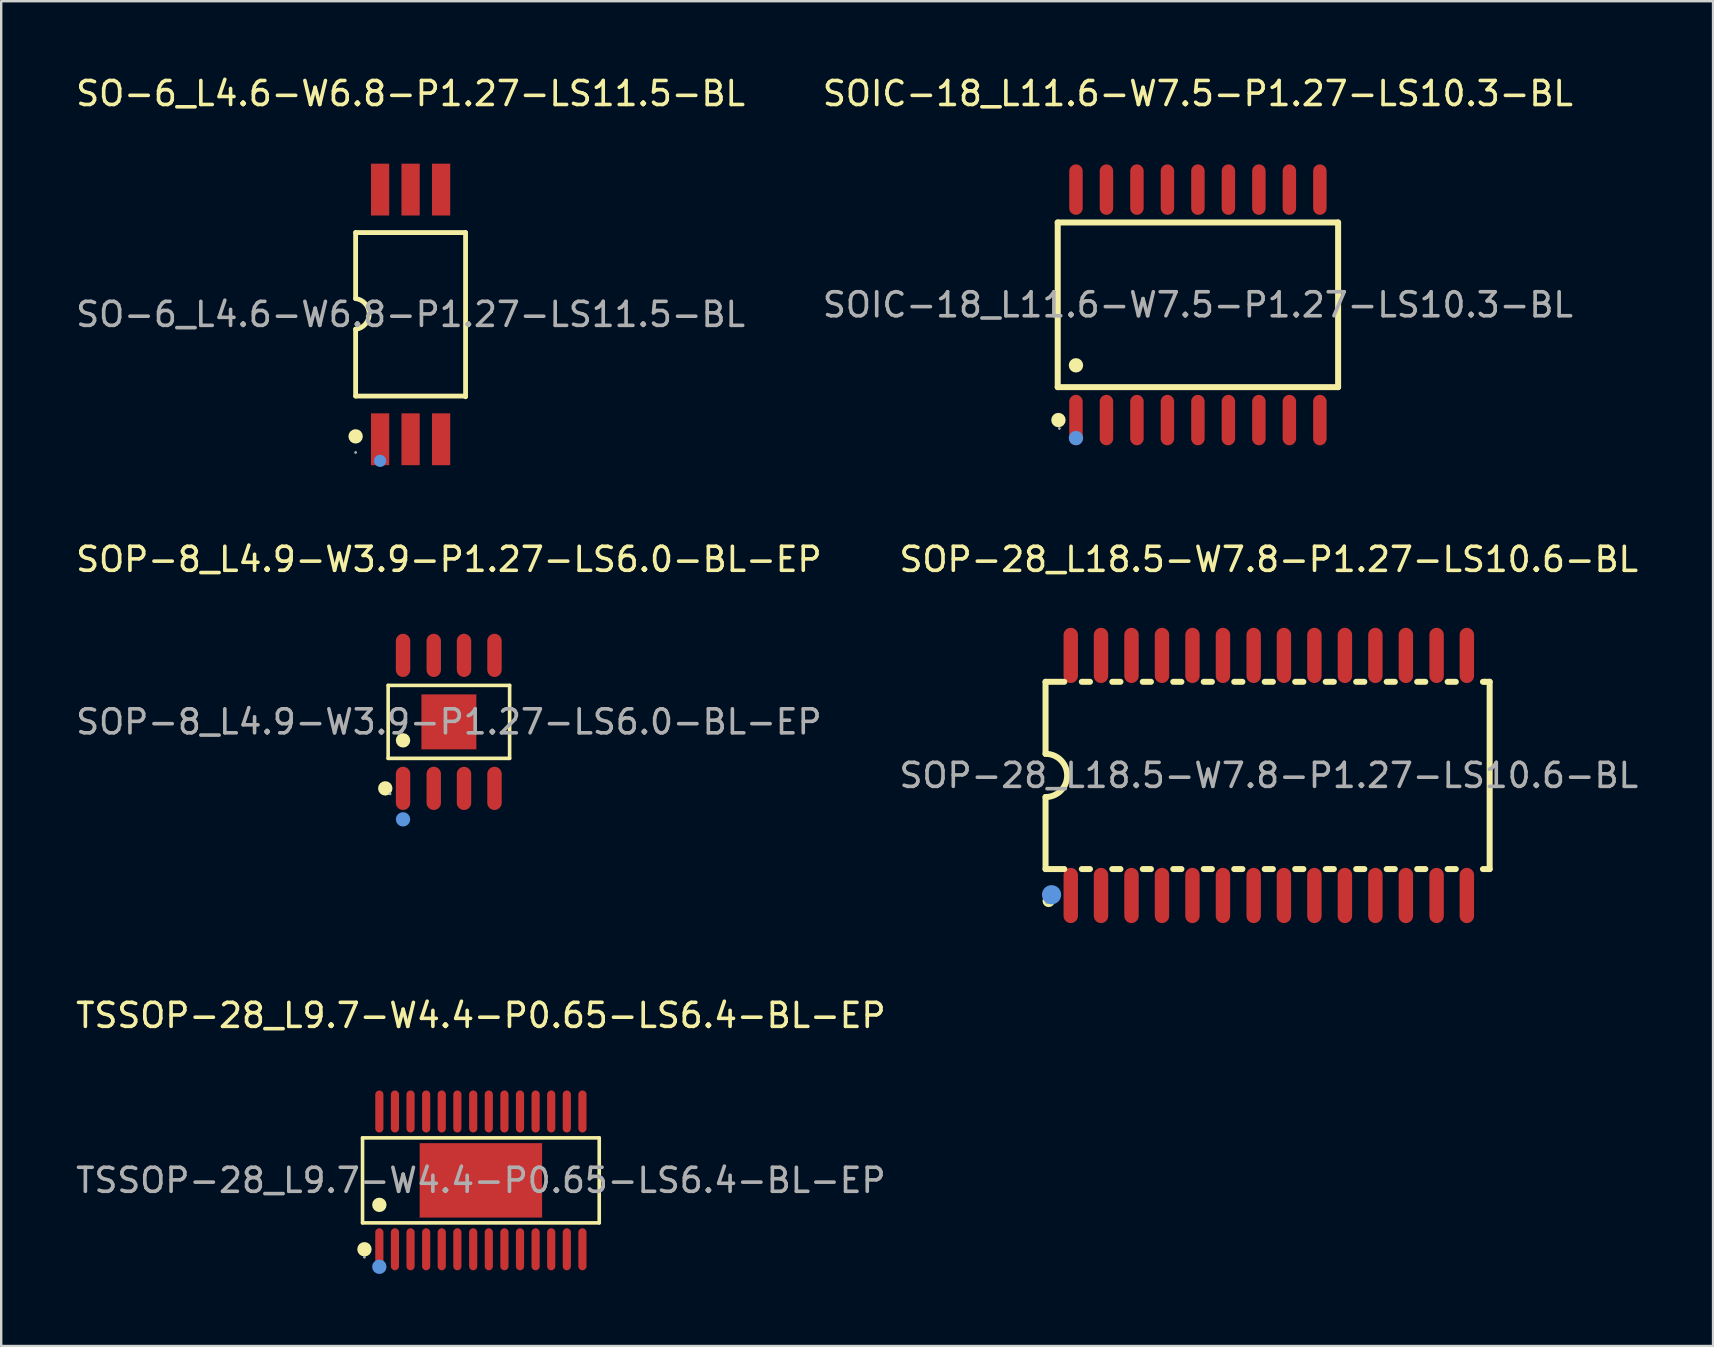
<source format=kicad_pcb>
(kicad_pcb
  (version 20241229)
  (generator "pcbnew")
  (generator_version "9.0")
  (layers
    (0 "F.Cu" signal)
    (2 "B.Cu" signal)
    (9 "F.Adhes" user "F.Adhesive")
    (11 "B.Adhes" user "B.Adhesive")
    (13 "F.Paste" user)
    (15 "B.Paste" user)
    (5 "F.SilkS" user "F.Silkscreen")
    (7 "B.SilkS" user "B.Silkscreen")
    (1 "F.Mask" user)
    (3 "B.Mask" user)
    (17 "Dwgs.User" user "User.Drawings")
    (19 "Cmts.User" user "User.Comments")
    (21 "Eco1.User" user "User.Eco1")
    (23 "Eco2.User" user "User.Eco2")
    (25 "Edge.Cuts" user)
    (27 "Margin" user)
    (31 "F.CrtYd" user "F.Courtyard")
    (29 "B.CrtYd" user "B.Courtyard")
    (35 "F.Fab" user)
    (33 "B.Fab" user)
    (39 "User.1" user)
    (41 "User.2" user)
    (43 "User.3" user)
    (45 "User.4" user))
  (footprint "SOIC-18_L11.6-W7.5-P1.27-LS10.3-BL"
    (layer "F.Cu")
    (at 46.851 9.648)
    (property "Reference" "SOIC-18_L11.6-W7.5-P1.27-LS10.3-BL" (at 0 -8.8 0) (layer "F.SilkS") (effects (font (size 1 1) (thickness 0.15))))
    (attr through_hole)
    (fp_line (start -5.84 -3.43) (end -5.84 3.43) (stroke (width 0.25) (type solid)) (layer "F.SilkS"))
    (fp_line (start -5.84 3.43) (end 5.84 3.43) (stroke (width 0.25) (type solid)) (layer "F.SilkS"))
    (fp_line (start 5.84 -3.43) (end -5.84 -3.43) (stroke (width 0.25) (type solid)) (layer "F.SilkS"))
    (fp_line (start 5.84 3.43) (end 5.84 -3.43) (stroke (width 0.25) (type solid)) (layer "F.SilkS"))
    (fp_circle (center -5.81 4.8) (end -5.66 4.8) (stroke (width 0.3) (type solid)) (fill no) (layer "F.SilkS"))
    (fp_circle (center -5.08 2.52) (end -4.93 2.52) (stroke (width 0.3) (type solid)) (fill no) (layer "F.SilkS"))
    (fp_circle (center -5.08 5.55) (end -4.93 5.55) (stroke (width 0.3) (type solid)) (fill no) (layer "Cmts.User"))
    (fp_circle (center -5.77 5.15) (end -5.74 5.15) (stroke (width 0.06) (type solid)) (fill no) (layer "F.Fab"))
    (fp_text user "${REFERENCE}" (at 0 0 0) (layer "F.Fab") (effects (font (size 1 1) (thickness 0.15))))
    (pad "1" smd oval (at -5.08 4.8) (size 0.56 2.1) (layers "F.Cu" "F.Mask" "F.Paste"))
    (pad "2" smd oval (at -3.81 4.8) (size 0.56 2.1) (layers "F.Cu" "F.Mask" "F.Paste"))
    (pad "3" smd oval (at -2.54 4.8) (size 0.56 2.1) (layers "F.Cu" "F.Mask" "F.Paste"))
    (pad "4" smd oval (at -1.27 4.8) (size 0.56 2.1) (layers "F.Cu" "F.Mask" "F.Paste"))
    (pad "5" smd oval (at 0 4.8) (size 0.56 2.1) (layers "F.Cu" "F.Mask" "F.Paste"))
    (pad "6" smd oval (at 1.27 4.8) (size 0.56 2.1) (layers "F.Cu" "F.Mask" "F.Paste"))
    (pad "7" smd oval (at 2.54 4.8) (size 0.56 2.1) (layers "F.Cu" "F.Mask" "F.Paste"))
    (pad "8" smd oval (at 3.81 4.8) (size 0.56 2.1) (layers "F.Cu" "F.Mask" "F.Paste"))
    (pad "9" smd oval (at 5.08 4.8) (size 0.56 2.1) (layers "F.Cu" "F.Mask" "F.Paste"))
    (pad "10" smd oval (at 5.08 -4.8) (size 0.56 2.1) (layers "F.Cu" "F.Mask" "F.Paste"))
    (pad "11" smd oval (at 3.81 -4.8) (size 0.56 2.1) (layers "F.Cu" "F.Mask" "F.Paste"))
    (pad "12" smd oval (at 2.54 -4.8) (size 0.56 2.1) (layers "F.Cu" "F.Mask" "F.Paste"))
    (pad "13" smd oval (at 1.27 -4.8) (size 0.56 2.1) (layers "F.Cu" "F.Mask" "F.Paste"))
    (pad "14" smd oval (at 0 -4.8) (size 0.56 2.1) (layers "F.Cu" "F.Mask" "F.Paste"))
    (pad "15" smd oval (at -1.27 -4.8) (size 0.56 2.1) (layers "F.Cu" "F.Mask" "F.Paste"))
    (pad "16" smd oval (at -2.54 -4.8) (size 0.56 2.1) (layers "F.Cu" "F.Mask" "F.Paste"))
    (pad "17" smd oval (at -3.81 -4.8) (size 0.56 2.1) (layers "F.Cu" "F.Mask" "F.Paste"))
    (pad "18" smd oval (at -5.08 -4.8) (size 0.56 2.1) (layers "F.Cu" "F.Mask" "F.Paste")))
  (footprint "SOP-8_L4.9-W3.9-P1.27-LS6.0-BL-EP"
    (layer "F.Cu")
    (at 15.649 27.021)
    (property "Reference" "SOP-8_L4.9-W3.9-P1.27-LS6.0-BL-EP" (at 0 -6.77 0) (layer "F.SilkS") (effects (font (size 1 1) (thickness 0.15))))
    (attr through_hole)
    (fp_line (start -2.53 -1.52) (end 2.53 -1.52) (stroke (width 0.15) (type solid)) (layer "F.SilkS"))
    (fp_line (start -2.53 1.52) (end -2.53 -1.52) (stroke (width 0.15) (type solid)) (layer "F.SilkS"))
    (fp_line (start 2.53 -1.52) (end 2.53 1.52) (stroke (width 0.15) (type solid)) (layer "F.SilkS"))
    (fp_line (start 2.53 1.52) (end -2.53 1.52) (stroke (width 0.15) (type solid)) (layer "F.SilkS"))
    (fp_circle (center -2.65 2.77) (end -2.5 2.77) (stroke (width 0.3) (type solid)) (fill no) (layer "F.SilkS"))
    (fp_circle (center -1.91 0.77) (end -1.76 0.77) (stroke (width 0.3) (type solid)) (fill no) (layer "F.SilkS"))
    (fp_circle (center -1.91 4.06) (end -1.76 4.06) (stroke (width 0.3) (type solid)) (fill no) (layer "Cmts.User"))
    (fp_circle (center -2.45 3) (end -2.42 3) (stroke (width 0.06) (type solid)) (fill no) (layer "F.Fab"))
    (fp_text user "${REFERENCE}" (at 0 0 0) (layer "F.Fab") (effects (font (size 1 1) (thickness 0.15))))
    (pad "1" smd oval (at -1.91 2.77) (size 0.6 1.8) (layers "F.Cu" "F.Mask" "F.Paste"))
    (pad "2" smd oval (at -0.63 2.77) (size 0.6 1.8) (layers "F.Cu" "F.Mask" "F.Paste"))
    (pad "3" smd oval (at 0.63 2.77) (size 0.6 1.8) (layers "F.Cu" "F.Mask" "F.Paste"))
    (pad "4" smd oval (at 1.9 2.77) (size 0.6 1.8) (layers "F.Cu" "F.Mask" "F.Paste"))
    (pad "5" smd oval (at 1.9 -2.77) (size 0.6 1.8) (layers "F.Cu" "F.Mask" "F.Paste"))
    (pad "6" smd oval (at 0.63 -2.77) (size 0.6 1.8) (layers "F.Cu" "F.Mask" "F.Paste"))
    (pad "7" smd oval (at -0.63 -2.77) (size 0.6 1.8) (layers "F.Cu" "F.Mask" "F.Paste"))
    (pad "8" smd oval (at -1.91 -2.77) (size 0.6 1.8) (layers "F.Cu" "F.Mask" "F.Paste"))
    (pad "9" smd rect (at 0 0) (size 2.29 2.29) (layers "F.Cu" "F.Mask" "F.Paste")))
  (footprint "SO-6_L4.6-W6.8-P1.27-LS11.5-BL"
    (layer "F.Cu")
    (at 14.054 10.048)
    (property "Reference" "SO-6_L4.6-W6.8-P1.27-LS11.5-BL" (at 0 -9.2 0) (layer "F.SilkS") (effects (font (size 1 1) (thickness 0.15))))
    (attr through_hole)
    (fp_line (start -2.29 -3.41) (end 2.29 -3.41) (stroke (width 0.2) (type solid)) (layer "F.SilkS"))
    (fp_line (start -2.29 -0.66) (end -2.29 -3.41) (stroke (width 0.2) (type solid)) (layer "F.SilkS"))
    (fp_line (start -2.29 0.61) (end -2.29 3.4) (stroke (width 0.2) (type solid)) (layer "F.SilkS"))
    (fp_line (start -2.29 3.4) (end 2.29 3.4) (stroke (width 0.2) (type solid)) (layer "F.SilkS"))
    (fp_line (start 2.29 -3.41) (end 2.29 3.43) (stroke (width 0.2) (type solid)) (layer "F.SilkS"))
    (fp_arc (start -2.29 -0.66) (mid -1.72502 -0.02045) (end -2.289107 0.619888) (stroke (width 0.2) (type solid)) (layer "F.SilkS"))
    (fp_circle (center -2.29 5.08) (end -2.14 5.08) (stroke (width 0.3) (type solid)) (fill no) (layer "F.SilkS"))
    (fp_circle (center -1.27 6.1) (end -1.14 6.1) (stroke (width 0.25) (type solid)) (fill no) (layer "Cmts.User"))
    (fp_circle (center -2.29 5.75) (end -2.26 5.75) (stroke (width 0.06) (type solid)) (fill no) (layer "F.Fab"))
    (fp_text user "${REFERENCE}" (at 0 0 0) (layer "F.Fab") (effects (font (size 1 1) (thickness 0.15))))
    (pad "1" smd rect (at -1.27 5.2 90) (size 2.16 0.76) (layers "F.Cu" "F.Mask" "F.Paste"))
    (pad "2" smd rect (at 0 5.2 90) (size 2.16 0.76) (layers "F.Cu" "F.Mask" "F.Paste"))
    (pad "3" smd rect (at 1.27 5.2 90) (size 2.16 0.76) (layers "F.Cu" "F.Mask" "F.Paste"))
    (pad "4" smd rect (at 1.27 -5.2 90) (size 2.16 0.76) (layers "F.Cu" "F.Mask" "F.Paste"))
    (pad "5" smd rect (at 0 -5.2 90) (size 2.16 0.76) (layers "F.Cu" "F.Mask" "F.Paste"))
    (pad "6" smd rect (at -1.27 -5.2 90) (size 2.16 0.76) (layers "F.Cu" "F.Mask" "F.Paste")))
  (footprint "TSSOP-28_L9.7-W4.4-P0.65-LS6.4-BL-EP"
    (layer "F.Cu")
    (at 16.982 46.12)
    (property "Reference" "TSSOP-28_L9.7-W4.4-P0.65-LS6.4-BL-EP" (at 0 -6.87 0) (layer "F.SilkS") (effects (font (size 1 1) (thickness 0.15))))
    (attr through_hole)
    (fp_line (start -4.93 -1.77) (end 4.93 -1.77) (stroke (width 0.15) (type solid)) (layer "F.SilkS"))
    (fp_line (start -4.93 1.77) (end -4.93 -1.77) (stroke (width 0.15) (type solid)) (layer "F.SilkS"))
    (fp_line (start 4.93 -1.77) (end 4.93 1.77) (stroke (width 0.15) (type solid)) (layer "F.SilkS"))
    (fp_line (start 4.93 1.77) (end -4.93 1.77) (stroke (width 0.15) (type solid)) (layer "F.SilkS"))
    (fp_circle (center -4.85 2.87) (end -4.7 2.87) (stroke (width 0.3) (type solid)) (fill no) (layer "F.SilkS"))
    (fp_circle (center -4.23 1.02) (end -4.08 1.02) (stroke (width 0.3) (type solid)) (fill no) (layer "F.SilkS"))
    (fp_circle (center -4.23 3.6) (end -4.08 3.6) (stroke (width 0.3) (type solid)) (fill no) (layer "Cmts.User"))
    (fp_circle (center -4.85 3.2) (end -4.82 3.2) (stroke (width 0.06) (type solid)) (fill no) (layer "F.Fab"))
    (fp_text user "${REFERENCE}" (at 0 0 0) (layer "F.Fab") (effects (font (size 1 1) (thickness 0.15))))
    (pad "1" smd oval (at -4.23 2.87) (size 0.34 1.75) (layers "F.Cu" "F.Mask" "F.Paste"))
    (pad "2" smd oval (at -3.58 2.87) (size 0.34 1.75) (layers "F.Cu" "F.Mask" "F.Paste"))
    (pad "3" smd oval (at -2.93 2.87) (size 0.34 1.75) (layers "F.Cu" "F.Mask" "F.Paste"))
    (pad "4" smd oval (at -2.28 2.87) (size 0.34 1.75) (layers "F.Cu" "F.Mask" "F.Paste"))
    (pad "5" smd oval (at -1.63 2.87) (size 0.34 1.75) (layers "F.Cu" "F.Mask" "F.Paste"))
    (pad "6" smd oval (at -0.98 2.87) (size 0.34 1.75) (layers "F.Cu" "F.Mask" "F.Paste"))
    (pad "7" smd oval (at -0.32 2.87) (size 0.34 1.75) (layers "F.Cu" "F.Mask" "F.Paste"))
    (pad "8" smd oval (at 0.33 2.87) (size 0.34 1.75) (layers "F.Cu" "F.Mask" "F.Paste"))
    (pad "9" smd oval (at 0.98 2.87) (size 0.34 1.75) (layers "F.Cu" "F.Mask" "F.Paste"))
    (pad "10" smd oval (at 1.63 2.87) (size 0.34 1.75) (layers "F.Cu" "F.Mask" "F.Paste"))
    (pad "11" smd oval (at 2.28 2.87) (size 0.34 1.75) (layers "F.Cu" "F.Mask" "F.Paste"))
    (pad "12" smd oval (at 2.93 2.87) (size 0.34 1.75) (layers "F.Cu" "F.Mask" "F.Paste"))
    (pad "13" smd oval (at 3.58 2.87) (size 0.34 1.75) (layers "F.Cu" "F.Mask" "F.Paste"))
    (pad "14" smd oval (at 4.23 2.87) (size 0.34 1.75) (layers "F.Cu" "F.Mask" "F.Paste"))
    (pad "15" smd oval (at 4.23 -2.87) (size 0.34 1.75) (layers "F.Cu" "F.Mask" "F.Paste"))
    (pad "16" smd oval (at 3.58 -2.87) (size 0.34 1.75) (layers "F.Cu" "F.Mask" "F.Paste"))
    (pad "17" smd oval (at 2.93 -2.87) (size 0.34 1.75) (layers "F.Cu" "F.Mask" "F.Paste"))
    (pad "18" smd oval (at 2.28 -2.87) (size 0.34 1.75) (layers "F.Cu" "F.Mask" "F.Paste"))
    (pad "19" smd oval (at 1.63 -2.87) (size 0.34 1.75) (layers "F.Cu" "F.Mask" "F.Paste"))
    (pad "20" smd oval (at 0.98 -2.87) (size 0.34 1.75) (layers "F.Cu" "F.Mask" "F.Paste"))
    (pad "21" smd oval (at 0.33 -2.87) (size 0.34 1.75) (layers "F.Cu" "F.Mask" "F.Paste"))
    (pad "22" smd oval (at -0.32 -2.87) (size 0.34 1.75) (layers "F.Cu" "F.Mask" "F.Paste"))
    (pad "23" smd oval (at -0.98 -2.87) (size 0.34 1.75) (layers "F.Cu" "F.Mask" "F.Paste"))
    (pad "24" smd oval (at -1.63 -2.87) (size 0.34 1.75) (layers "F.Cu" "F.Mask" "F.Paste"))
    (pad "25" smd oval (at -2.28 -2.87) (size 0.34 1.75) (layers "F.Cu" "F.Mask" "F.Paste"))
    (pad "26" smd oval (at -2.93 -2.87) (size 0.34 1.75) (layers "F.Cu" "F.Mask" "F.Paste"))
    (pad "27" smd oval (at -3.58 -2.87) (size 0.34 1.75) (layers "F.Cu" "F.Mask" "F.Paste"))
    (pad "28" smd oval (at -4.23 -2.87) (size 0.34 1.75) (layers "F.Cu" "F.Mask" "F.Paste"))
    (pad "29" smd rect (at 0 0) (size 5.1 3.1) (layers "F.Cu" "F.Mask" "F.Paste")))
  (footprint "SOP-28_L18.5-W7.8-P1.27-LS10.6-BL"
    (layer "F.Cu")
    (at 49.804 29.252)
    (property "Reference" "SOP-28_L18.5-W7.8-P1.27-LS10.6-BL" (at 0 -9 0) (layer "F.SilkS") (effects (font (size 1 1) (thickness 0.15))))
    (attr through_hole)
    (fp_line (start -9.3 -3.9) (end -9.3 -0.9) (stroke (width 0.25) (type solid)) (layer "F.SilkS"))
    (fp_line (start -9.3 -3.9) (end -8.52 -3.9) (stroke (width 0.25) (type solid)) (layer "F.SilkS"))
    (fp_line (start -9.3 3.9) (end -9.3 0.9) (stroke (width 0.25) (type solid)) (layer "F.SilkS"))
    (fp_line (start -9.3 3.9) (end -8.52 3.9) (stroke (width 0.25) (type solid)) (layer "F.SilkS"))
    (fp_line (start -7.79 -3.9) (end -7.45 -3.9) (stroke (width 0.25) (type solid)) (layer "F.SilkS"))
    (fp_line (start -7.79 3.9) (end -7.45 3.9) (stroke (width 0.25) (type solid)) (layer "F.SilkS"))
    (fp_line (start -6.52 -3.9) (end -6.18 -3.9) (stroke (width 0.25) (type solid)) (layer "F.SilkS"))
    (fp_line (start -6.52 3.9) (end -6.18 3.9) (stroke (width 0.25) (type solid)) (layer "F.SilkS"))
    (fp_line (start -5.25 -3.9) (end -4.91 -3.9) (stroke (width 0.25) (type solid)) (layer "F.SilkS"))
    (fp_line (start -5.25 3.9) (end -4.91 3.9) (stroke (width 0.25) (type solid)) (layer "F.SilkS"))
    (fp_line (start -3.98 -3.9) (end -3.64 -3.9) (stroke (width 0.25) (type solid)) (layer "F.SilkS"))
    (fp_line (start -3.98 3.9) (end -3.64 3.9) (stroke (width 0.25) (type solid)) (layer "F.SilkS"))
    (fp_line (start -2.71 -3.9) (end -2.37 -3.9) (stroke (width 0.25) (type solid)) (layer "F.SilkS"))
    (fp_line (start -2.71 3.9) (end -2.37 3.9) (stroke (width 0.25) (type solid)) (layer "F.SilkS"))
    (fp_line (start -1.44 -3.9) (end -1.1 -3.9) (stroke (width 0.25) (type solid)) (layer "F.SilkS"))
    (fp_line (start -1.44 3.9) (end -1.1 3.9) (stroke (width 0.25) (type solid)) (layer "F.SilkS"))
    (fp_line (start -0.17 -3.9) (end 0.17 -3.9) (stroke (width 0.25) (type solid)) (layer "F.SilkS"))
    (fp_line (start -0.17 3.9) (end 0.17 3.9) (stroke (width 0.25) (type solid)) (layer "F.SilkS"))
    (fp_line (start 1.1 -3.9) (end 1.44 -3.9) (stroke (width 0.25) (type solid)) (layer "F.SilkS"))
    (fp_line (start 1.1 3.9) (end 1.44 3.9) (stroke (width 0.25) (type solid)) (layer "F.SilkS"))
    (fp_line (start 2.37 -3.9) (end 2.71 -3.9) (stroke (width 0.25) (type solid)) (layer "F.SilkS"))
    (fp_line (start 2.37 3.9) (end 2.71 3.9) (stroke (width 0.25) (type solid)) (layer "F.SilkS"))
    (fp_line (start 3.64 -3.9) (end 3.98 -3.9) (stroke (width 0.25) (type solid)) (layer "F.SilkS"))
    (fp_line (start 3.64 3.9) (end 3.98 3.9) (stroke (width 0.25) (type solid)) (layer "F.SilkS"))
    (fp_line (start 4.91 -3.9) (end 5.25 -3.9) (stroke (width 0.25) (type solid)) (layer "F.SilkS"))
    (fp_line (start 4.91 3.9) (end 5.25 3.9) (stroke (width 0.25) (type solid)) (layer "F.SilkS"))
    (fp_line (start 6.18 -3.9) (end 6.52 -3.9) (stroke (width 0.25) (type solid)) (layer "F.SilkS"))
    (fp_line (start 6.18 3.9) (end 6.52 3.9) (stroke (width 0.25) (type solid)) (layer "F.SilkS"))
    (fp_line (start 7.45 -3.9) (end 7.79 -3.9) (stroke (width 0.25) (type solid)) (layer "F.SilkS"))
    (fp_line (start 7.45 3.9) (end 7.79 3.9) (stroke (width 0.25) (type solid)) (layer "F.SilkS"))
    (fp_line (start 8.92 -3.9) (end 9 -3.9) (stroke (width 0.25) (type solid)) (layer "F.SilkS"))
    (fp_line (start 8.92 3.9) (end 9.2 3.9) (stroke (width 0.25) (type solid)) (layer "F.SilkS"))
    (fp_line (start 9 -3.9) (end 9.2 -3.9) (stroke (width 0.25) (type solid)) (layer "F.SilkS"))
    (fp_line (start 9.2 -3.9) (end 9.2 3.9) (stroke (width 0.25) (type solid)) (layer "F.SilkS"))
    (fp_arc (start -9.3 -0.9) (mid -8.4 0) (end -9.3 0.9) (stroke (width 0.25) (type solid)) (layer "F.SilkS"))
    (fp_circle (center -9.17 5.23) (end -9.04 5.23) (stroke (width 0.25) (type solid)) (fill no) (layer "F.SilkS"))
    (fp_circle (center -9.05 4.97) (end -8.85 4.97) (stroke (width 0.4) (type solid)) (fill no) (layer "Cmts.User"))
    (fp_circle (center -9.25 5.3) (end -9.22 5.3) (stroke (width 0.06) (type solid)) (fill no) (layer "F.Fab"))
    (fp_text user "${REFERENCE}" (at 0 0 0) (layer "F.Fab") (effects (font (size 1 1) (thickness 0.15))))
    (pad "1" smd oval (at -8.25 5) (size 0.6 2.3) (layers "F.Cu" "F.Mask" "F.Paste"))
    (pad "2" smd oval (at -6.99 5) (size 0.6 2.3) (layers "F.Cu" "F.Mask" "F.Paste"))
    (pad "3" smd oval (at -5.72 5) (size 0.6 2.3) (layers "F.Cu" "F.Mask" "F.Paste"))
    (pad "4" smd oval (at -4.45 5) (size 0.6 2.3) (layers "F.Cu" "F.Mask" "F.Paste"))
    (pad "5" smd oval (at -3.18 5) (size 0.6 2.3) (layers "F.Cu" "F.Mask" "F.Paste"))
    (pad "6" smd oval (at -1.91 5) (size 0.6 2.3) (layers "F.Cu" "F.Mask" "F.Paste"))
    (pad "7" smd oval (at -0.63 5) (size 0.6 2.3) (layers "F.Cu" "F.Mask" "F.Paste"))
    (pad "8" smd oval (at 0.63 5) (size 0.6 2.3) (layers "F.Cu" "F.Mask" "F.Paste"))
    (pad "9" smd oval (at 1.9 5) (size 0.6 2.3) (layers "F.Cu" "F.Mask" "F.Paste"))
    (pad "10" smd oval (at 3.17 5) (size 0.6 2.3) (layers "F.Cu" "F.Mask" "F.Paste"))
    (pad "11" smd oval (at 4.44 5) (size 0.6 2.3) (layers "F.Cu" "F.Mask" "F.Paste"))
    (pad "12" smd oval (at 5.71 5) (size 0.6 2.3) (layers "F.Cu" "F.Mask" "F.Paste"))
    (pad "13" smd oval (at 6.99 5) (size 0.6 2.3) (layers "F.Cu" "F.Mask" "F.Paste"))
    (pad "14" smd oval (at 8.25 5) (size 0.6 2.3) (layers "F.Cu" "F.Mask" "F.Paste"))
    (pad "15" smd oval (at 8.25 -5) (size 0.6 2.3) (layers "F.Cu" "F.Mask" "F.Paste"))
    (pad "16" smd oval (at 6.99 -5) (size 0.6 2.3) (layers "F.Cu" "F.Mask" "F.Paste"))
    (pad "17" smd oval (at 5.71 -5) (size 0.6 2.3) (layers "F.Cu" "F.Mask" "F.Paste"))
    (pad "18" smd oval (at 4.44 -5) (size 0.6 2.3) (layers "F.Cu" "F.Mask" "F.Paste"))
    (pad "19" smd oval (at 3.17 -5) (size 0.6 2.3) (layers "F.Cu" "F.Mask" "F.Paste"))
    (pad "20" smd oval (at 1.9 -5) (size 0.6 2.3) (layers "F.Cu" "F.Mask" "F.Paste"))
    (pad "21" smd oval (at 0.63 -5) (size 0.6 2.3) (layers "F.Cu" "F.Mask" "F.Paste"))
    (pad "22" smd oval (at -0.63 -5) (size 0.6 2.3) (layers "F.Cu" "F.Mask" "F.Paste"))
    (pad "23" smd oval (at -1.91 -5) (size 0.6 2.3) (layers "F.Cu" "F.Mask" "F.Paste"))
    (pad "24" smd oval (at -3.18 -5) (size 0.6 2.3) (layers "F.Cu" "F.Mask" "F.Paste"))
    (pad "25" smd oval (at -4.45 -5) (size 0.6 2.3) (layers "F.Cu" "F.Mask" "F.Paste"))
    (pad "26" smd oval (at -5.72 -5) (size 0.6 2.3) (layers "F.Cu" "F.Mask" "F.Paste"))
    (pad "27" smd oval (at -6.99 -5) (size 0.6 2.3) (layers "F.Cu" "F.Mask" "F.Paste"))
    (pad "28" smd oval (at -8.25 -5) (size 0.6 2.3) (layers "F.Cu" "F.Mask" "F.Paste")))
  (gr_rect
    (start -3 -3)
    (end 68.31 53.02)
    (stroke (width 0.1) (type default))
    (fill no)
    (layer "Edge.Cuts")))
</source>
